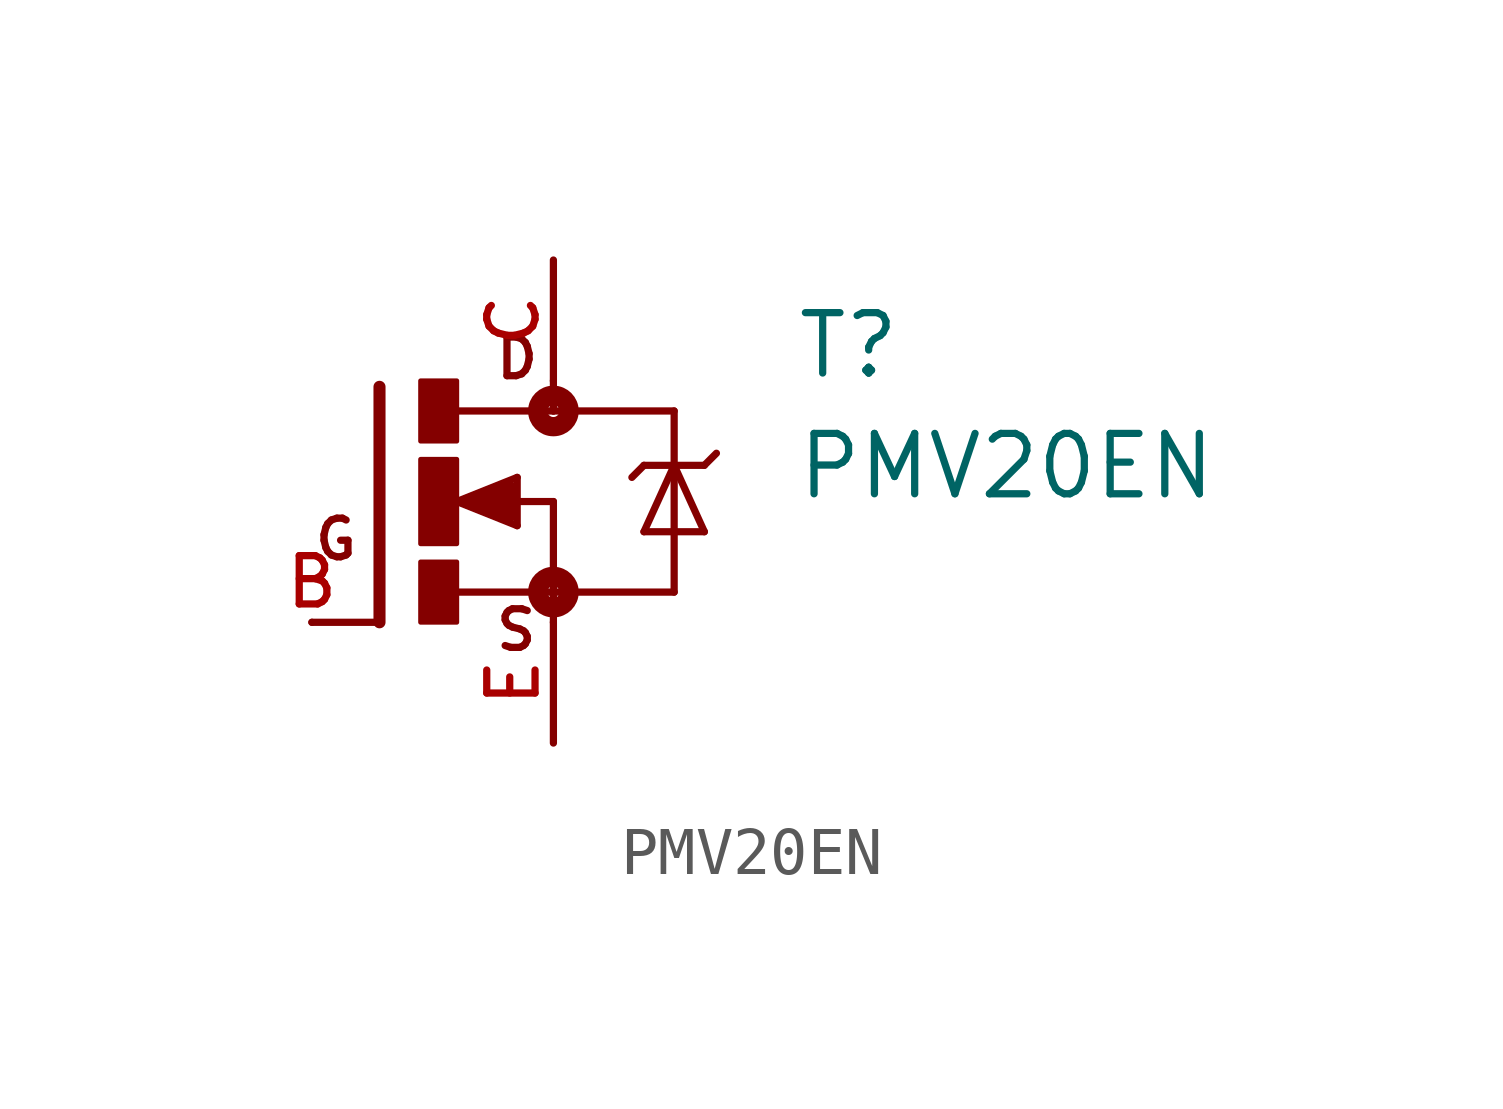
<source format=kicad_sym>
(kicad_symbol_lib
  (version 20211014)
  (generator kicad_symbol_editor)
  (symbol "PMV20EN"
    (pin_names
      (offset 1.016))
    (property "Reference" "T"
      (at 7.62 2.54 0)
      (effects (font (size 1.27 1.27)) (justify bottom left)))
    (property "Value" "PMV20EN"
      (at 7.62 0.0 0)
      (effects (font (size 1.27 1.27)) (justify bottom left)))
    (symbol "PMV20EN_0_0"
      (polyline (pts (xy -1.118 2.413) (xy -1.118 -2.54)) (stroke (width 0.254)))
      (polyline (pts (xy -1.118 -2.54) (xy -2.54 -2.54)) (stroke (width 0.152)))
      (polyline (pts (xy 2.54 1.905) (xy 0.533 1.905)) (stroke (width 0.152)))
      (polyline (pts (xy 2.54 0.0) (xy 2.54 -1.905)) (stroke (width 0.152)))
      (polyline (pts (xy 0.508 -1.905) (xy 2.54 -1.905)) (stroke (width 0.152)))
      (polyline (pts (xy 2.54 2.54) (xy 2.54 1.905)) (stroke (width 0.152)))
      (polyline (pts (xy 2.54 1.905) (xy 5.08 1.905)) (stroke (width 0.152)))
      (polyline (pts (xy 5.08 1.905) (xy 5.08 0.762)) (stroke (width 0.152)))
      (polyline (pts (xy 5.08 0.762) (xy 5.08 -1.905)) (stroke (width 0.152)))
      (polyline (pts (xy 5.08 -1.905) (xy 2.54 -1.905)) (stroke (width 0.152)))
      (polyline (pts (xy 2.54 -1.905) (xy 2.54 -2.54)) (stroke (width 0.152)))
      (polyline (pts (xy 5.08 0.762) (xy 4.445 -0.635)) (stroke (width 0.152)))
      (polyline (pts (xy 4.445 -0.635) (xy 5.715 -0.635)) (stroke (width 0.152)))
      (polyline (pts (xy 5.715 -0.635) (xy 5.08 0.762)) (stroke (width 0.152)))
      (polyline (pts (xy 4.445 0.762) (xy 5.08 0.762)) (stroke (width 0.152)))
      (polyline (pts (xy 5.08 0.762) (xy 5.715 0.762)) (stroke (width 0.152)))
      (polyline (pts (xy 5.715 0.762) (xy 5.969 1.016)) (stroke (width 0.152)))
      (polyline (pts (xy 4.445 0.762) (xy 4.191 0.508)) (stroke (width 0.152)))
      (polyline (pts (xy 0.508 0.0) (xy 1.778 -0.508)) (stroke (width 0.152)))
      (polyline (pts (xy 1.778 -0.508) (xy 1.778 0.508)) (stroke (width 0.152)))
      (polyline (pts (xy 1.778 0.508) (xy 0.508 0.0)) (stroke (width 0.152)))
      (polyline (pts (xy 1.651 0.0) (xy 2.54 0.0)) (stroke (width 0.152)))
      (polyline (pts (xy 1.651 0.254) (xy 0.762 0.0)) (stroke (width 0.305)))
      (polyline (pts (xy 0.762 0.0) (xy 1.651 -0.254)) (stroke (width 0.305)))
      (polyline (pts (xy 1.651 -0.254) (xy 1.651 0.0)) (stroke (width 0.305)))
      (polyline (pts (xy 1.651 0.0) (xy 1.397 0.0)) (stroke (width 0.305)))
      (circle (center 2.54 -1.905) (radius 0.127) (stroke (width 0.406)) (fill (type none)))
      (circle (center 2.54 1.905) (radius 0.127) (stroke (width 0.406)) (fill (type none)))
      (text "D" (at 1.27 2.54 0) (effects (font (size 0.813 0.813)) (justify bottom left)))
      (text "S" (at 1.27 -3.175 0) (effects (font (size 0.813 0.813)) (justify bottom left)))
      (text "G" (at -2.54 -1.27 0) (effects (font (size 0.813 0.813)) (justify bottom left)))
      (rectangle (start -0.254 -2.54) (end 0.508 -1.27) (stroke (width 0.1)) (fill (type outline)))
      (rectangle (start -0.254 1.27) (end 0.508 2.54) (stroke (width 0.1)) (fill (type outline)))
      (rectangle (start -0.254 -0.889) (end 0.508 0.889) (stroke (width 0.1)) (fill (type outline)))
      (pin passive line (at -2.54 -2.54 0) (length 0) (name "~" (effects (font (size 1.016 1.016)))) (number "B" (effects (font (size 1.016 1.016)))))
      (pin passive line (at 2.54 5.08 270.0) (length 2.54) (name "~" (effects (font (size 1.016 1.016)))) (number "C" (effects (font (size 1.016 1.016)))))
      (pin passive line (at 2.54 -5.08 90.0) (length 2.54) (name "~" (effects (font (size 1.016 1.016)))) (number "E" (effects (font (size 1.016 1.016))))))))
</source>
